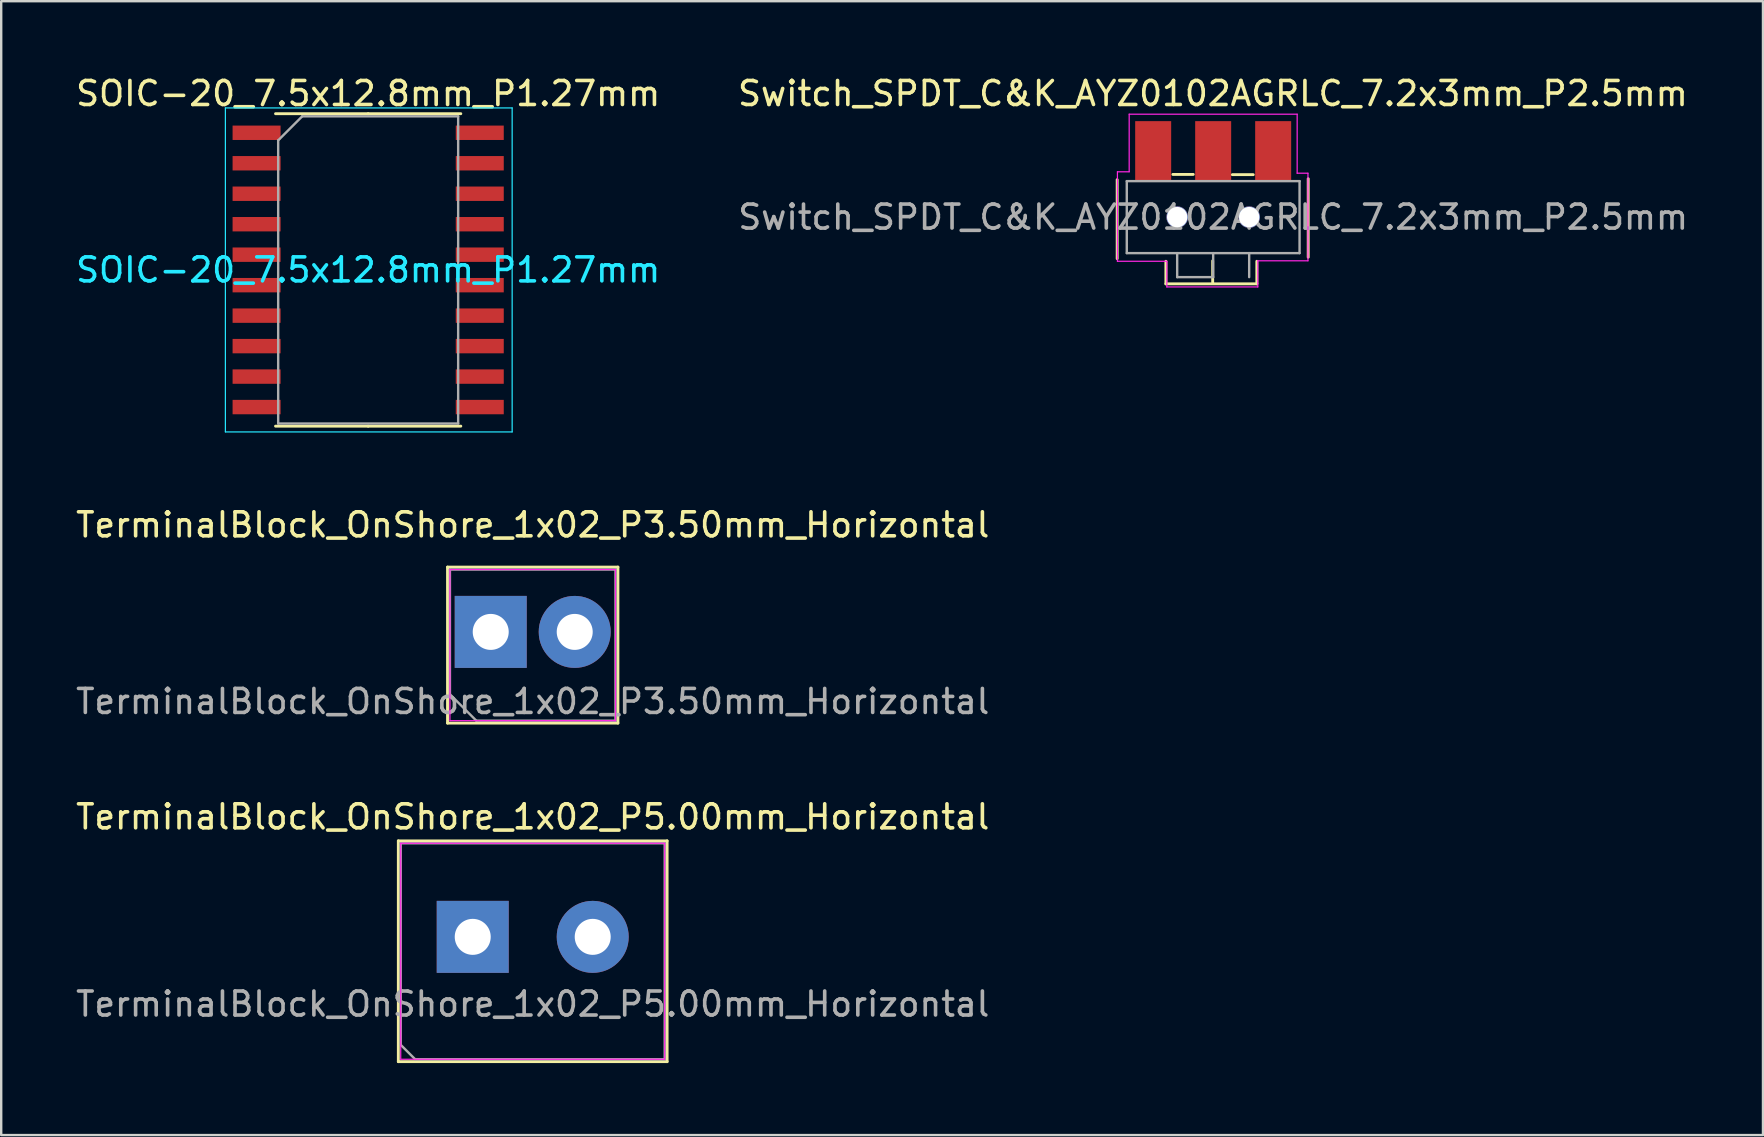
<source format=kicad_pcb>
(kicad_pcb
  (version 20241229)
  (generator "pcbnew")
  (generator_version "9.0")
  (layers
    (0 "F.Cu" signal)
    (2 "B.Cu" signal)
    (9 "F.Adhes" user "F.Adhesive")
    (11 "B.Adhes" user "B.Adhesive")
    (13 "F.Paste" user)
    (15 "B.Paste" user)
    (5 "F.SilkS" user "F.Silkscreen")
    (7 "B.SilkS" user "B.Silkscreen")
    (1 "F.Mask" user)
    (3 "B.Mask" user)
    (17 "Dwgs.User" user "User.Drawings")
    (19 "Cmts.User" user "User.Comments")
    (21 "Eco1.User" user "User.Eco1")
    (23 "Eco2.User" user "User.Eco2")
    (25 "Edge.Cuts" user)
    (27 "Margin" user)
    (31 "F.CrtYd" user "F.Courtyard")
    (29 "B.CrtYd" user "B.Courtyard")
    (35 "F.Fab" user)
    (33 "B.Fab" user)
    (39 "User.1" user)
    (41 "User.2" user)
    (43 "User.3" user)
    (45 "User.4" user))
  (footprint "Switch_SPDT_C&K_AYZ0102AGRLC_7.2x3mm_P2.5mm"
    (layer "F.Cu")
    (at 47.504 5.998)
    (property "Reference" "Switch_SPDT_C&K_AYZ0102AGRLC_7.2x3mm_P2.5mm" (at -0.01 -5.15 0) (layer "F.SilkS") (effects (font (size 1 1) (thickness 0.15))))
    (attr smd)
    (fp_line (start -4 -1.56) (end -4 1.73) (stroke (width 0.12) (type solid)) (layer "F.SilkS"))
    (fp_line (start -1.97 1.84) (end -1.97 2.78) (stroke (width 0.12) (type solid)) (layer "F.SilkS"))
    (fp_line (start -1.97 2.78) (end 1.82 2.78) (stroke (width 0.12) (type solid)) (layer "F.SilkS"))
    (fp_line (start -1.68 -1.78) (end -0.83 -1.78) (stroke (width 0.12) (type solid)) (layer "F.SilkS"))
    (fp_line (start -0.02 1.82) (end -0.02 2.77) (stroke (width 0.12) (type solid)) (layer "F.SilkS"))
    (fp_line (start 0.8 -1.77) (end 1.67 -1.77) (stroke (width 0.12) (type solid)) (layer "F.SilkS"))
    (fp_line (start 1.82 2.78) (end 1.82 1.84) (stroke (width 0.12) (type solid)) (layer "F.SilkS"))
    (fp_line (start 3.96 -1.6) (end 3.96 1.67) (stroke (width 0.12) (type solid)) (layer "F.SilkS"))
    (fp_line (start -3.99 -1.89) (end -3.5 -1.89) (stroke (width 0.05) (type solid)) (layer "F.CrtYd"))
    (fp_line (start -3.99 1.84) (end -3.99 -1.89) (stroke (width 0.05) (type solid)) (layer "F.CrtYd"))
    (fp_line (start -3.5 -1.89) (end -3.5 -4.29) (stroke (width 0.05) (type solid)) (layer "F.CrtYd"))
    (fp_line (start -1.93 1.84) (end -3.99 1.84) (stroke (width 0.05) (type solid)) (layer "F.CrtYd"))
    (fp_line (start -1.93 2.91) (end -1.93 1.84) (stroke (width 0.05) (type solid)) (layer "F.CrtYd"))
    (fp_line (start 1.86 1.82) (end 1.86 2.91) (stroke (width 0.05) (type solid)) (layer "F.CrtYd"))
    (fp_line (start 1.86 2.91) (end -1.93 2.91) (stroke (width 0.05) (type solid)) (layer "F.CrtYd"))
    (fp_line (start 3.5 -4.29) (end -3.5 -4.29) (stroke (width 0.05) (type solid)) (layer "F.CrtYd"))
    (fp_line (start 3.5 -4.29) (end 3.5 -1.83) (stroke (width 0.05) (type solid)) (layer "F.CrtYd"))
    (fp_line (start 3.5 -1.83) (end 3.95 -1.83) (stroke (width 0.05) (type solid)) (layer "F.CrtYd"))
    (fp_line (start 3.95 -1.83) (end 3.95 1.82) (stroke (width 0.05) (type solid)) (layer "F.CrtYd"))
    (fp_line (start 3.95 1.82) (end 1.86 1.82) (stroke (width 0.05) (type solid)) (layer "F.CrtYd"))
    (fp_line (start -3.6 -1.5) (end -3.6 1.5) (stroke (width 0.1) (type solid)) (layer "F.Fab"))
    (fp_line (start -3.6 -1.5) (end 3.6 -1.5) (stroke (width 0.1) (type solid)) (layer "F.Fab"))
    (fp_line (start -1.5 2.5) (end -1.5 1.5) (stroke (width 0.1) (type solid)) (layer "F.Fab"))
    (fp_line (start -1.5 2.5) (end 0 2.5) (stroke (width 0.1) (type solid)) (layer "F.Fab"))
    (fp_line (start 0 2.5) (end 0 1.5) (stroke (width 0.1) (type solid)) (layer "F.Fab"))
    (fp_line (start 1.5 2.5) (end 1.5 1.5) (stroke (width 0.1) (type solid)) (layer "F.Fab"))
    (fp_line (start 3.6 -1.5) (end 3.6 1.5) (stroke (width 0.1) (type solid)) (layer "F.Fab"))
    (fp_line (start 3.6 1.5) (end -3.6 1.5) (stroke (width 0.1) (type solid)) (layer "F.Fab"))
    (fp_text user "${REFERENCE}" (at 0 0 0) (layer "F.Fab") (effects (font (size 1 1) (thickness 0.15))))
    (pad "" np_thru_hole circle (at -1.5 0) (size 0.9 0.9) (drill 0.85) (layers "*.Cu" "*.Mask"))
    (pad "" np_thru_hole circle (at 1.5 0) (size 0.9 0.9) (drill 0.85) (layers "*.Cu" "*.Mask"))
    (pad "1" smd rect (at -2.5 -2.75) (size 1.5 2.5) (layers "F.Cu" "F.Mask" "F.Paste"))
    (pad "2" smd rect (at 0 -2.75) (size 1.5 2.5) (layers "F.Cu" "F.Mask" "F.Paste"))
    (pad "3" smd rect (at 2.5 -2.75) (size 1.5 2.5) (layers "F.Cu" "F.Mask" "F.Paste")))
  (footprint "SOIC-20_7.5x12.8mm_P1.27mm"
    (layer "F.Cu")
    (at 12.292 8.198)
    (property "Reference" "SOIC-20_7.5x12.8mm_P1.27mm" (at 0 -7.35 0) (layer "F.SilkS") (effects (font (size 1 1) (thickness 0.15))))
    (attr smd)
    (fp_line (start 0 -6.51) (end -3.86 -6.51) (stroke (width 0.12) (type solid)) (layer "F.SilkS"))
    (fp_line (start 0 -6.51) (end 3.86 -6.51) (stroke (width 0.12) (type solid)) (layer "F.SilkS"))
    (fp_line (start 0 6.51) (end -3.86 6.51) (stroke (width 0.12) (type solid)) (layer "F.SilkS"))
    (fp_line (start 0 6.51) (end 3.86 6.51) (stroke (width 0.12) (type solid)) (layer "F.SilkS"))
    (fp_line (start -5.95 -6.75) (end 6 -6.75) (stroke (width 0.05) (type solid)) (layer "B.CrtYd"))
    (fp_line (start -5.95 6.75) (end -5.95 -6.75) (stroke (width 0.05) (type solid)) (layer "B.CrtYd"))
    (fp_line (start 6 -6.75) (end 6 6.75) (stroke (width 0.05) (type solid)) (layer "B.CrtYd"))
    (fp_line (start 6 6.75) (end -5.95 6.75) (stroke (width 0.05) (type solid)) (layer "B.CrtYd"))
    (fp_line (start -3.75 -5.4) (end -2.75 -6.4) (stroke (width 0.1) (type solid)) (layer "F.Fab"))
    (fp_line (start -3.75 6.4) (end -3.75 -5.4) (stroke (width 0.1) (type solid)) (layer "F.Fab"))
    (fp_line (start -2.75 -6.4) (end 3.75 -6.4) (stroke (width 0.1) (type solid)) (layer "F.Fab"))
    (fp_line (start 3.75 -6.4) (end 3.75 6.4) (stroke (width 0.1) (type solid)) (layer "F.Fab"))
    (fp_line (start 3.75 6.4) (end -3.75 6.4) (stroke (width 0.1) (type solid)) (layer "F.Fab"))
    (fp_text user "${REFERENCE}" (at 0 0 0) (layer "B.CrtYd") (effects (font (size 1 1) (thickness 0.15))))
    (pad "1" smd rect (at -4.65 -5.715) (size 2 0.6) (layers "F.Cu" "F.Mask" "F.Paste"))
    (pad "2" smd rect (at -4.65 -4.445) (size 2 0.6) (layers "F.Cu" "F.Mask" "F.Paste"))
    (pad "3" smd rect (at -4.65 -3.175) (size 2 0.6) (layers "F.Cu" "F.Mask" "F.Paste"))
    (pad "4" smd rect (at -4.65 -1.905) (size 2 0.6) (layers "F.Cu" "F.Mask" "F.Paste"))
    (pad "5" smd rect (at -4.65 -0.635) (size 2 0.6) (layers "F.Cu" "F.Mask" "F.Paste"))
    (pad "6" smd rect (at -4.65 0.635) (size 2 0.6) (layers "F.Cu" "F.Mask" "F.Paste"))
    (pad "7" smd rect (at -4.65 1.905) (size 2 0.6) (layers "F.Cu" "F.Mask" "F.Paste"))
    (pad "8" smd rect (at -4.65 3.175) (size 2 0.6) (layers "F.Cu" "F.Mask" "F.Paste"))
    (pad "9" smd rect (at -4.65 4.445) (size 2 0.6) (layers "F.Cu" "F.Mask" "F.Paste"))
    (pad "10" smd rect (at -4.65 5.715) (size 2 0.6) (layers "F.Cu" "F.Mask" "F.Paste"))
    (pad "11" smd rect (at 4.65 5.715) (size 2 0.6) (layers "F.Cu" "F.Mask" "F.Paste"))
    (pad "12" smd rect (at 4.65 4.445) (size 2 0.6) (layers "F.Cu" "F.Mask" "F.Paste"))
    (pad "13" smd rect (at 4.65 3.175) (size 2 0.6) (layers "F.Cu" "F.Mask" "F.Paste"))
    (pad "14" smd rect (at 4.65 1.905) (size 2 0.6) (layers "F.Cu" "F.Mask" "F.Paste"))
    (pad "15" smd rect (at 4.65 0.635) (size 2 0.6) (layers "F.Cu" "F.Mask" "F.Paste"))
    (pad "16" smd rect (at 4.65 -0.635) (size 2 0.6) (layers "F.Cu" "F.Mask" "F.Paste"))
    (pad "17" smd rect (at 4.65 -1.905) (size 2 0.6) (layers "F.Cu" "F.Mask" "F.Paste"))
    (pad "18" smd rect (at 4.65 -3.175) (size 2 0.6) (layers "F.Cu" "F.Mask" "F.Paste"))
    (pad "19" smd rect (at 4.65 -4.445) (size 2 0.6) (layers "F.Cu" "F.Mask" "F.Paste"))
    (pad "20" smd rect (at 4.65 -5.715) (size 2 0.6) (layers "F.Cu" "F.Mask" "F.Paste")))
  (footprint "TerminalBlock_OnShore_1x02_P3.50mm_Horizontal"
    (layer "F.Cu")
    (at 17.399 23.282)
    (property "Reference" "TerminalBlock_OnShore_1x02_P3.50mm_Horizontal" (at 1.75 -4.46 0) (layer "F.SilkS") (effects (font (size 1 1) (thickness 0.15))))
    (attr through_hole)
    (fp_line (start -1.8 -2.7) (end -1.8 3.8) (stroke (width 0.12) (type solid)) (layer "F.SilkS"))
    (fp_line (start -1.8 -2.7) (end 5.3 -2.7) (stroke (width 0.12) (type solid)) (layer "F.SilkS"))
    (fp_line (start -1.8 3.8) (end 5.3 3.8) (stroke (width 0.12) (type solid)) (layer "F.SilkS"))
    (fp_line (start 5.3 -2.7) (end 5.3 3.8) (stroke (width 0.12) (type solid)) (layer "F.SilkS"))
    (fp_line (start -1.7 -2.6) (end -1.7 3.7) (stroke (width 0.05) (type solid)) (layer "F.CrtYd"))
    (fp_line (start -1.7 3.7) (end 5.2 3.7) (stroke (width 0.05) (type solid)) (layer "F.CrtYd"))
    (fp_line (start 5.2 -2.6) (end -1.7 -2.6) (stroke (width 0.05) (type solid)) (layer "F.CrtYd"))
    (fp_line (start 5.2 3.7) (end 5.2 -2.6) (stroke (width 0.05) (type solid)) (layer "F.CrtYd"))
    (fp_line (start -1.7 -2.6) (end 5.2 -2.6) (stroke (width 0.1) (type solid)) (layer "F.Fab"))
    (fp_line (start -1.7 2.6) (end -1.7 -2.6) (stroke (width 0.1) (type solid)) (layer "F.Fab"))
    (fp_line (start -0.6 3.7) (end -1.7 2.6) (stroke (width 0.1) (type solid)) (layer "F.Fab"))
    (fp_line (start 5.2 -2.6) (end 5.2 3.7) (stroke (width 0.1) (type solid)) (layer "F.Fab"))
    (fp_line (start 5.2 3.7) (end -0.6 3.7) (stroke (width 0.1) (type solid)) (layer "F.Fab"))
    (fp_text user "${REFERENCE}" (at 1.75 2.9 0) (layer "F.Fab") (effects (font (size 1 1) (thickness 0.15))))
    (pad "1" thru_hole rect (at 0 0) (size 3 3) (drill 1.5) (layers "*.Cu" "*.Mask"))
    (pad "2" thru_hole circle (at 3.5 0) (size 3 3) (drill 1.5) (layers "*.Cu" "*.Mask")))
  (footprint "TerminalBlock_OnShore_1x02_P5.00mm_Horizontal"
    (layer "F.Cu")
    (at 16.649 35.99)
    (property "Reference" "TerminalBlock_OnShore_1x02_P5.00mm_Horizontal" (at 2.5 -5 0) (layer "F.SilkS") (effects (font (size 1 1) (thickness 0.15))))
    (attr through_hole)
    (fp_line (start -3.1 -4) (end -3.1 5.2) (stroke (width 0.12) (type solid)) (layer "F.SilkS"))
    (fp_line (start -3.1 -4) (end 8.1 -4) (stroke (width 0.12) (type solid)) (layer "F.SilkS"))
    (fp_line (start -3.1 5.2) (end 8.1 5.2) (stroke (width 0.12) (type solid)) (layer "F.SilkS"))
    (fp_line (start 8.1 -4) (end 8.1 5.2) (stroke (width 0.12) (type solid)) (layer "F.SilkS"))
    (fp_line (start -3 -3.9) (end -3 5.1) (stroke (width 0.05) (type solid)) (layer "F.CrtYd"))
    (fp_line (start -3 5.1) (end 8 5.1) (stroke (width 0.05) (type solid)) (layer "F.CrtYd"))
    (fp_line (start 8 -3.9) (end -3 -3.9) (stroke (width 0.05) (type solid)) (layer "F.CrtYd"))
    (fp_line (start 8 5.1) (end 8 -3.9) (stroke (width 0.05) (type solid)) (layer "F.CrtYd"))
    (fp_line (start -3 -3.9) (end 8 -3.9) (stroke (width 0.1) (type solid)) (layer "F.Fab"))
    (fp_line (start -3 4.5) (end -3 -3.9) (stroke (width 0.1) (type solid)) (layer "F.Fab"))
    (fp_line (start -2.4 5.1) (end -3 4.5) (stroke (width 0.1) (type solid)) (layer "F.Fab"))
    (fp_line (start 8 -3.9) (end 8 5.1) (stroke (width 0.1) (type solid)) (layer "F.Fab"))
    (fp_line (start 8 5.1) (end -2.4 5.1) (stroke (width 0.1) (type solid)) (layer "F.Fab"))
    (fp_text user "${REFERENCE}" (at 2.5 2.8 0) (layer "F.Fab") (effects (font (size 1 1) (thickness 0.15))))
    (pad "1" thru_hole rect (at 0 0) (size 3 3) (drill 1.5) (layers "*.Cu" "*.Mask"))
    (pad "2" thru_hole circle (at 5 0) (size 3 3) (drill 1.5) (layers "*.Cu" "*.Mask")))
  (gr_rect
    (start -3 -3)
    (end 70.415 44.25)
    (stroke (width 0.1) (type default))
    (fill no)
    (layer "Edge.Cuts")))
</source>
